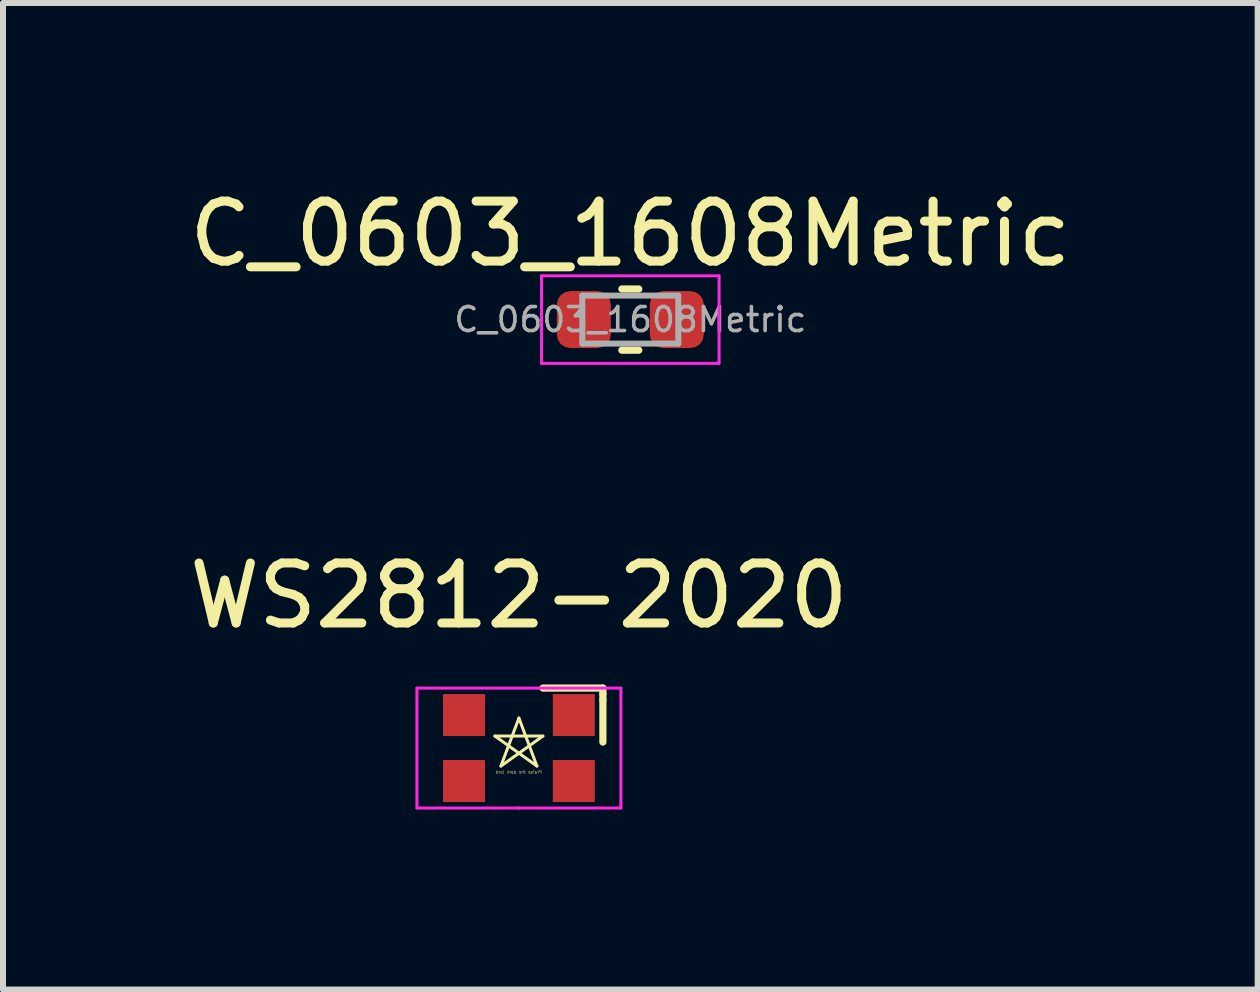
<source format=kicad_pcb>
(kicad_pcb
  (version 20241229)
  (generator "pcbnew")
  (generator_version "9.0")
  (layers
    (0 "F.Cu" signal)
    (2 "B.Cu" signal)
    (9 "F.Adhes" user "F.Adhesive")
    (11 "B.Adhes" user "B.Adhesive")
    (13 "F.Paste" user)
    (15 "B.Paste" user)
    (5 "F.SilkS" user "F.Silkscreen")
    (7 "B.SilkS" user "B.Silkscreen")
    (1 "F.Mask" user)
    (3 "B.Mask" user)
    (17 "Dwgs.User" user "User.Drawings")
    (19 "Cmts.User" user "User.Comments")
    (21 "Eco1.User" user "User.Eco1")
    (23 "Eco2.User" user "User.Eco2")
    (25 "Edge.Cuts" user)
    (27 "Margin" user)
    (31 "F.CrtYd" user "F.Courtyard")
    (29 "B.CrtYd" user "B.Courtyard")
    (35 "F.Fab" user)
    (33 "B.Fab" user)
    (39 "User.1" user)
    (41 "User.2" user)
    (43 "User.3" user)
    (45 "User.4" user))
  (footprint "WS2812-2020"
    (layer "F.Cu")
    (at 5.601 9.421)
    (property "Reference" "WS2812-2020" (at 0 -2.54 0) (layer "F.SilkS") (effects (font (size 1 1) (thickness 0.15))))
    (attr through_hole)
    (fp_line (start -0.4 -0.2) (end 0.3 0.3) (stroke (width 0.05) (type solid)) (layer "F.SilkS"))
    (fp_line (start -0.3 0.3) (end 0.4 -0.2) (stroke (width 0.05) (type solid)) (layer "F.SilkS"))
    (fp_line (start 0 -0.5) (end -0.3 0.3) (stroke (width 0.05) (type solid)) (layer "F.SilkS"))
    (fp_line (start 0.3 0.3) (end 0 -0.5) (stroke (width 0.05) (type solid)) (layer "F.SilkS"))
    (fp_line (start 0.4 -0.2) (end -0.4 -0.2) (stroke (width 0.05) (type solid)) (layer "F.SilkS"))
    (fp_line (start 1.4 -1) (end 0.4 -1) (stroke (width 0.12) (type solid)) (layer "F.SilkS"))
    (fp_line (start 1.4 -0.9) (end 1.4 -1) (stroke (width 0.12) (type solid)) (layer "F.SilkS"))
    (fp_line (start 1.4 -0.8) (end 1.4 -0.9) (stroke (width 0.12) (type solid)) (layer "F.SilkS"))
    (fp_line (start 1.4 -0.8) (end 1.4 -0.1) (stroke (width 0.12) (type solid)) (layer "F.SilkS"))
    (fp_line (start -1.7 -1) (end 1.7 -1) (stroke (width 0.05) (type solid)) (layer "F.CrtYd"))
    (fp_line (start -1.7 1) (end -1.7 -1) (stroke (width 0.05) (type solid)) (layer "F.CrtYd"))
    (fp_line (start 0 1) (end -1.7 1) (stroke (width 0.05) (type solid)) (layer "F.CrtYd"))
    (fp_line (start 1.7 -1) (end 1.7 1) (stroke (width 0.05) (type solid)) (layer "F.CrtYd"))
    (fp_line (start 1.7 1) (end 0 1) (stroke (width 0.05) (type solid)) (layer "F.CrtYd"))
    (fp_text user "Praise the dark lord" (at 0 0.4 0) (layer "F.SilkS") (effects (font (size 0.05 0.05) (thickness 0.005) (italic yes)) (justify mirror)))
    (pad "1" smd rect (at 0.915 -0.55) (size 0.7 0.7) (layers "F.Cu" "F.Mask" "F.Paste"))
    (pad "2" smd rect (at -0.915 -0.55) (size 0.7 0.7) (layers "F.Cu" "F.Mask" "F.Paste"))
    (pad "3" smd rect (at -0.915 0.55) (size 0.7 0.7) (layers "F.Cu" "F.Mask" "F.Paste"))
    (pad "4" smd rect (at 0.915 0.55) (size 0.7 0.7) (layers "F.Cu" "F.Mask" "F.Paste")))
  (footprint "C_0603_1608Metric"
    (layer "F.Cu")
    (at 7.458 2.278)
    (property "Reference" "C_0603_1608Metric" (at 0 -1.43 0) (layer "F.SilkS") (effects (font (size 1 1) (thickness 0.15))))
    (attr smd)
    (fp_line (start -0.141 -0.51) (end 0.141 -0.51) (stroke (width 0.12) (type solid)) (layer "F.SilkS"))
    (fp_line (start -0.141 0.51) (end 0.141 0.51) (stroke (width 0.12) (type solid)) (layer "F.SilkS"))
    (fp_line (start -1.48 -0.73) (end 1.48 -0.73) (stroke (width 0.05) (type solid)) (layer "F.CrtYd"))
    (fp_line (start -1.48 0.73) (end -1.48 -0.73) (stroke (width 0.05) (type solid)) (layer "F.CrtYd"))
    (fp_line (start 1.48 -0.73) (end 1.48 0.73) (stroke (width 0.05) (type solid)) (layer "F.CrtYd"))
    (fp_line (start 1.48 0.73) (end -1.48 0.73) (stroke (width 0.05) (type solid)) (layer "F.CrtYd"))
    (fp_line (start -0.8 -0.4) (end 0.8 -0.4) (stroke (width 0.1) (type solid)) (layer "F.Fab"))
    (fp_line (start -0.8 0.4) (end -0.8 -0.4) (stroke (width 0.1) (type solid)) (layer "F.Fab"))
    (fp_line (start 0.8 -0.4) (end 0.8 0.4) (stroke (width 0.1) (type solid)) (layer "F.Fab"))
    (fp_line (start 0.8 0.4) (end -0.8 0.4) (stroke (width 0.1) (type solid)) (layer "F.Fab"))
    (fp_text user "${REFERENCE}" (at 0 0 0) (layer "F.Fab") (effects (font (size 0.4 0.4) (thickness 0.06))))
    (pad "1" smd roundrect (at -0.775 0) (size 0.9 0.95) (layers "F.Cu" "F.Mask" "F.Paste") (roundrect_rratio 0.25))
    (pad "2" smd roundrect (at 0.775 0) (size 0.9 0.95) (layers "F.Cu" "F.Mask" "F.Paste") (roundrect_rratio 0.25)))
  (gr_rect
    (start -3 -3)
    (end 17.917 13.447)
    (stroke (width 0.1) (type default))
    (fill no)
    (layer "Edge.Cuts")))
</source>
